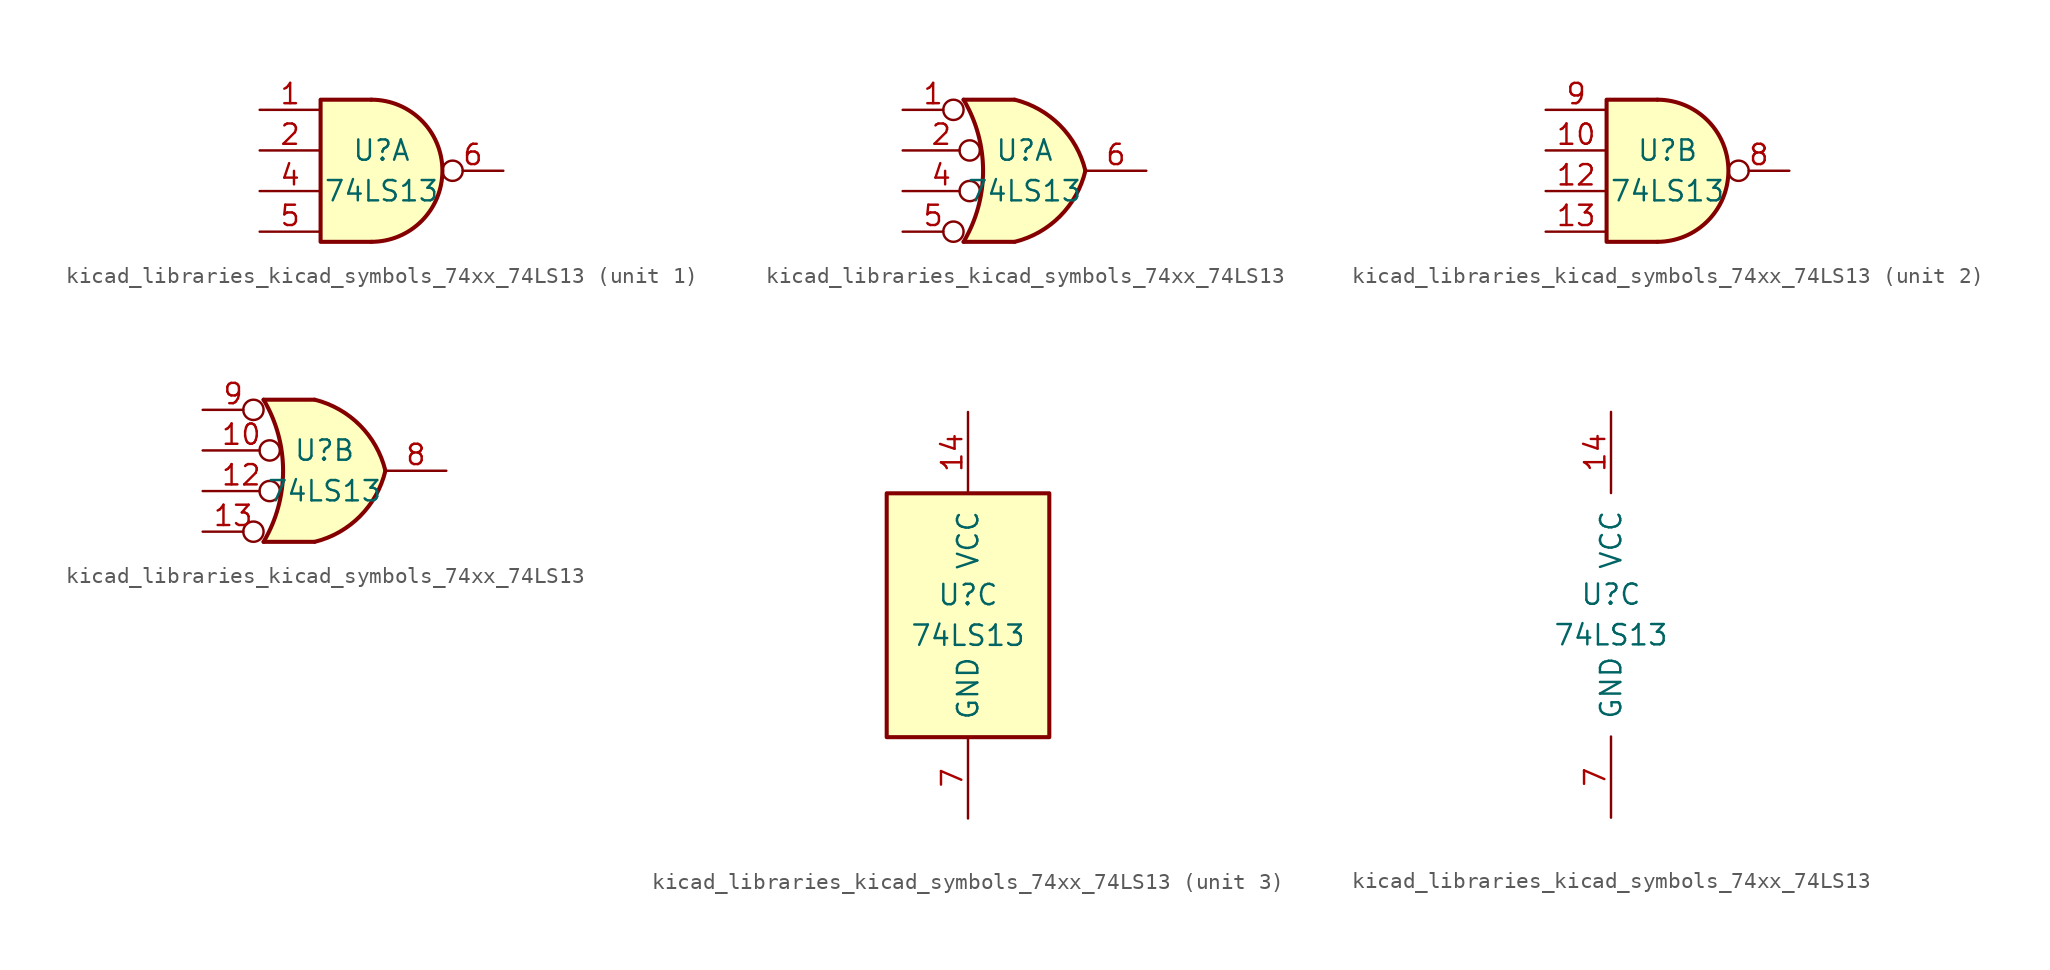
<source format=kicad_sym>
(kicad_symbol_lib
  (version 20220914)
  (generator kicad_symbol_editor)
  (symbol "kicad_libraries_kicad_symbols_74xx_74LS13"
    (pin_names
      (offset 1.016))
    (property "Reference" "U"
      (at 0 1.27 0)
      (effects (font (size 1.27 1.27))))
    (property "Value" "74LS13"
      (at 0 -1.27 0)
      (effects (font (size 1.27 1.27))))
    (property "ki_locked" ""
      (at 0 0 0)
      (effects (font (size 1.27 1.27))))
    (symbol "kicad_libraries_kicad_symbols_74xx_74LS13_1_1"
      (arc (start -0.635 -4.445) (mid 3.7907 0) (end -0.635 4.445) (stroke (width 0.254) (type default)) (fill (type background)))
      (polyline (pts (xy -0.635 4.445) (xy -3.81 4.445) (xy -3.81 -4.445) (xy -0.635 -4.445)) (stroke (width 0.254) (type default)) (fill (type background)))
      (pin input line (at -7.62 3.81 0) (length 3.81) (name "~" (effects (font (size 1.27 1.27)))) (number "1" (effects (font (size 1.27 1.27)))))
      (pin input line (at -7.62 1.27 0) (length 3.81) (name "~" (effects (font (size 1.27 1.27)))) (number "2" (effects (font (size 1.27 1.27)))))
      (pin input line (at -7.62 -1.27 0) (length 3.81) (name "~" (effects (font (size 1.27 1.27)))) (number "4" (effects (font (size 1.27 1.27)))))
      (pin input line (at -7.62 -3.81 0) (length 3.81) (name "~" (effects (font (size 1.27 1.27)))) (number "5" (effects (font (size 1.27 1.27)))))
      (pin output inverted (at 7.62 0 180) (length 3.81) (name "~" (effects (font (size 1.27 1.27)))) (number "6" (effects (font (size 1.27 1.27))))))
    (symbol "kicad_libraries_kicad_symbols_74xx_74LS13_1_2"
      (arc (start -3.81 -4.445) (mid -2.5908 0) (end -3.81 4.445) (stroke (width 0.254) (type default)) (fill (type none)))
      (arc (start -0.6096 -4.445) (mid 2.2246 -2.8422) (end 3.81 0) (stroke (width 0.254) (type default)) (fill (type background)))
      (polyline (pts (xy -3.81 -4.445) (xy -0.635 -4.445)) (stroke (width 0.254) (type default)) (fill (type background)))
      (polyline (pts (xy -3.81 4.445) (xy -0.635 4.445)) (stroke (width 0.254) (type default)) (fill (type background)))
      (polyline (pts (xy -0.635 4.445) (xy -3.81 4.445) (xy -3.81 4.445) (xy -3.632 4.089) (xy -3.099 2.921) (xy -2.769 1.676) (xy -2.616 0.432) (xy -2.642 -0.864) (xy -2.87 -2.108) (xy -3.251 -3.327) (xy -3.81 -4.445) (xy -3.81 -4.445) (xy -0.635 -4.445)) (stroke (width -25.4) (type default)) (fill (type background)))
      (arc (start 3.81 0) (mid 2.2204 2.8379) (end -0.6096 4.445) (stroke (width 0.254) (type default)) (fill (type background)))
      (pin input inverted (at -7.62 3.81 0) (length 3.81) (name "~" (effects (font (size 1.27 1.27)))) (number "1" (effects (font (size 1.27 1.27)))))
      (pin input inverted (at -7.62 1.27 0) (length 4.826) (name "~" (effects (font (size 1.27 1.27)))) (number "2" (effects (font (size 1.27 1.27)))))
      (pin input inverted (at -7.62 -1.27 0) (length 4.826) (name "~" (effects (font (size 1.27 1.27)))) (number "4" (effects (font (size 1.27 1.27)))))
      (pin input inverted (at -7.62 -3.81 0) (length 3.81) (name "~" (effects (font (size 1.27 1.27)))) (number "5" (effects (font (size 1.27 1.27)))))
      (pin output line (at 7.62 0 180) (length 3.81) (name "~" (effects (font (size 1.27 1.27)))) (number "6" (effects (font (size 1.27 1.27))))))
    (symbol "kicad_libraries_kicad_symbols_74xx_74LS13_2_1"
      (arc (start -0.635 -4.445) (mid 3.7907 0) (end -0.635 4.445) (stroke (width 0.254) (type default)) (fill (type background)))
      (polyline (pts (xy -0.635 4.445) (xy -3.81 4.445) (xy -3.81 -4.445) (xy -0.635 -4.445)) (stroke (width 0.254) (type default)) (fill (type background)))
      (pin input line (at -7.62 1.27 0) (length 3.81) (name "~" (effects (font (size 1.27 1.27)))) (number "10" (effects (font (size 1.27 1.27)))))
      (pin input line (at -7.62 -1.27 0) (length 3.81) (name "~" (effects (font (size 1.27 1.27)))) (number "12" (effects (font (size 1.27 1.27)))))
      (pin input line (at -7.62 -3.81 0) (length 3.81) (name "~" (effects (font (size 1.27 1.27)))) (number "13" (effects (font (size 1.27 1.27)))))
      (pin output inverted (at 7.62 0 180) (length 3.81) (name "~" (effects (font (size 1.27 1.27)))) (number "8" (effects (font (size 1.27 1.27)))))
      (pin input line (at -7.62 3.81 0) (length 3.81) (name "~" (effects (font (size 1.27 1.27)))) (number "9" (effects (font (size 1.27 1.27))))))
    (symbol "kicad_libraries_kicad_symbols_74xx_74LS13_2_2"
      (arc (start -3.81 -4.445) (mid -2.5908 0) (end -3.81 4.445) (stroke (width 0.254) (type default)) (fill (type none)))
      (arc (start -0.6096 -4.445) (mid 2.2246 -2.8422) (end 3.81 0) (stroke (width 0.254) (type default)) (fill (type background)))
      (polyline (pts (xy -3.81 -4.445) (xy -0.635 -4.445)) (stroke (width 0.254) (type default)) (fill (type background)))
      (polyline (pts (xy -3.81 4.445) (xy -0.635 4.445)) (stroke (width 0.254) (type default)) (fill (type background)))
      (polyline (pts (xy -0.635 4.445) (xy -3.81 4.445) (xy -3.81 4.445) (xy -3.632 4.089) (xy -3.099 2.921) (xy -2.769 1.676) (xy -2.616 0.432) (xy -2.642 -0.864) (xy -2.87 -2.108) (xy -3.251 -3.327) (xy -3.81 -4.445) (xy -3.81 -4.445) (xy -0.635 -4.445)) (stroke (width -25.4) (type default)) (fill (type background)))
      (arc (start 3.81 0) (mid 2.2204 2.8379) (end -0.6096 4.445) (stroke (width 0.254) (type default)) (fill (type background)))
      (pin input inverted (at -7.62 1.27 0) (length 4.826) (name "~" (effects (font (size 1.27 1.27)))) (number "10" (effects (font (size 1.27 1.27)))))
      (pin input inverted (at -7.62 -1.27 0) (length 4.826) (name "~" (effects (font (size 1.27 1.27)))) (number "12" (effects (font (size 1.27 1.27)))))
      (pin input inverted (at -7.62 -3.81 0) (length 3.81) (name "~" (effects (font (size 1.27 1.27)))) (number "13" (effects (font (size 1.27 1.27)))))
      (pin output line (at 7.62 0 180) (length 3.81) (name "~" (effects (font (size 1.27 1.27)))) (number "8" (effects (font (size 1.27 1.27)))))
      (pin input inverted (at -7.62 3.81 0) (length 3.81) (name "~" (effects (font (size 1.27 1.27)))) (number "9" (effects (font (size 1.27 1.27))))))
    (symbol "kicad_libraries_kicad_symbols_74xx_74LS13_3_0"
      (pin power_in line (at 0 12.7 270) (length 5.08) (name "VCC" (effects (font (size 1.27 1.27)))) (number "14" (effects (font (size 1.27 1.27)))))
      (pin power_in line (at 0 -12.7 90) (length 5.08) (name "GND" (effects (font (size 1.27 1.27)))) (number "7" (effects (font (size 1.27 1.27))))))
    (symbol "kicad_libraries_kicad_symbols_74xx_74LS13_3_1"
      (rectangle (start -5.08 7.62) (end 5.08 -7.62) (stroke (width 0.254) (type default)) (fill (type background))))))
</source>
